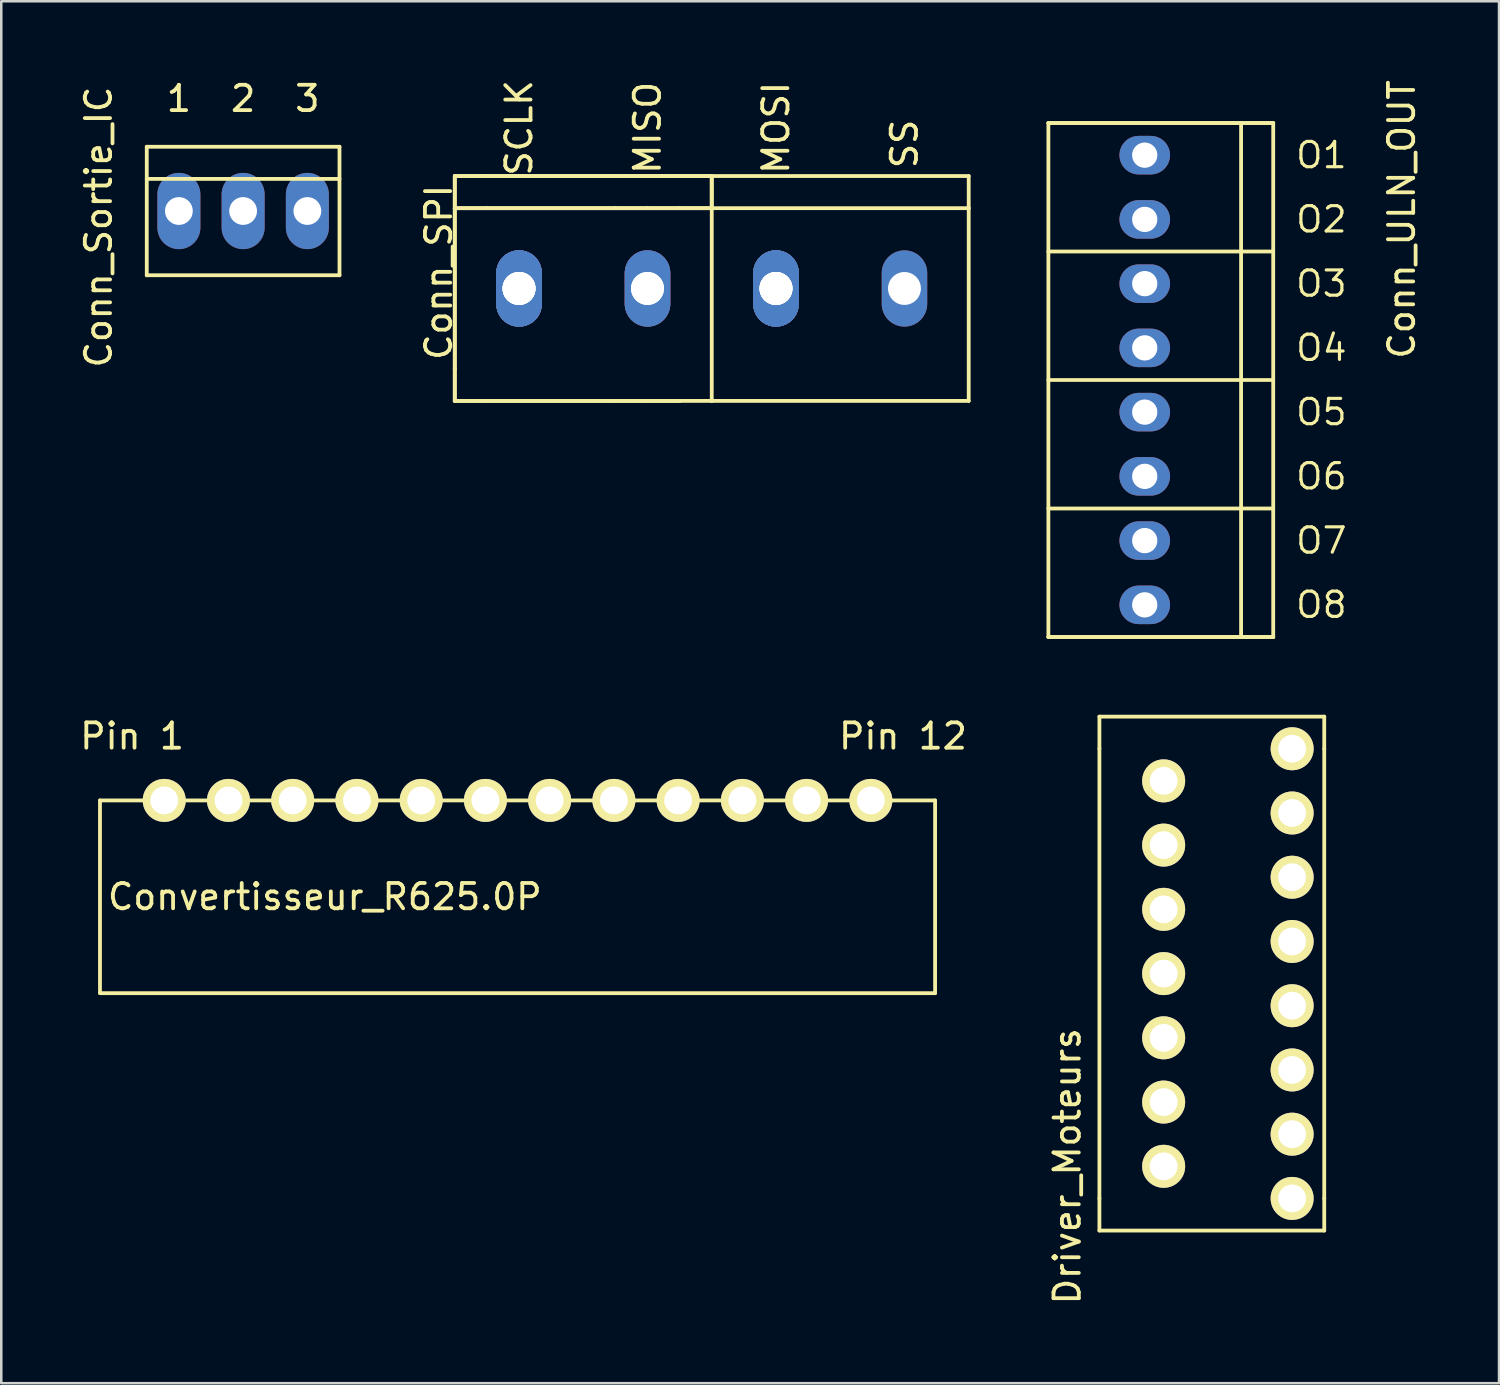
<source format=kicad_pcb>
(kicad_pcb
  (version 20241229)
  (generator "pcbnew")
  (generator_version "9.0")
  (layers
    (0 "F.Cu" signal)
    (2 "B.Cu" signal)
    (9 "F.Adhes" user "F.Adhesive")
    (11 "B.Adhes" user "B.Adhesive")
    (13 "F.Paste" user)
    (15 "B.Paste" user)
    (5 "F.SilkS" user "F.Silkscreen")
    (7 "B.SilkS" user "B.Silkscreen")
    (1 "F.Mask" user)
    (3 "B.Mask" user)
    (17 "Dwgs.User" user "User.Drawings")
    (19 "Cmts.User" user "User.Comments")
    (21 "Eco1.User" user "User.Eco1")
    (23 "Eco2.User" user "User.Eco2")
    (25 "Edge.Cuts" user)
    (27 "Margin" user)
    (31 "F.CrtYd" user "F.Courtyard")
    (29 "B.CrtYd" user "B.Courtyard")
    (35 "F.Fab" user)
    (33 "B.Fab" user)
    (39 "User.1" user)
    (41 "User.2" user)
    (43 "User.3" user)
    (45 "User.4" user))
  (footprint "Conn_SPI"
    (layer "F.Cu")
    (at 20.012 8.356)
    (property "Reference" "Conn_SPI" (at -5.715 -0.635 90) (layer "F.SilkS") (effects (font (size 1 1) (thickness 0.15))))
    (attr exclude_from_pos_files exclude_from_bom)
    (fp_line (start -5.08 -4.445) (end -3.81 -4.445) (stroke (width 0.15) (type solid)) (layer "F.SilkS"))
    (fp_line (start -5.08 -4.445) (end -3.81 -4.445) (stroke (width 0.15) (type solid)) (layer "F.SilkS"))
    (fp_line (start -5.08 -3.175) (end -5.08 -4.445) (stroke (width 0.15) (type solid)) (layer "F.SilkS"))
    (fp_line (start -5.08 -3.175) (end -5.08 -4.445) (stroke (width 0.15) (type solid)) (layer "F.SilkS"))
    (fp_line (start -5.08 -3.175) (end -5.08 3.175) (stroke (width 0.15) (type solid)) (layer "F.SilkS"))
    (fp_line (start -5.08 -3.175) (end -5.08 3.175) (stroke (width 0.15) (type solid)) (layer "F.SilkS"))
    (fp_line (start -5.08 -3.175) (end -3.81 -3.175) (stroke (width 0.15) (type solid)) (layer "F.SilkS"))
    (fp_line (start -5.08 -3.175) (end -3.81 -3.175) (stroke (width 0.15) (type solid)) (layer "F.SilkS"))
    (fp_line (start -5.08 4.445) (end -5.08 3.175) (stroke (width 0.15) (type solid)) (layer "F.SilkS"))
    (fp_line (start -5.08 4.445) (end -5.08 3.175) (stroke (width 0.15) (type solid)) (layer "F.SilkS"))
    (fp_line (start -3.81 -4.445) (end 1.27 -4.445) (stroke (width 0.15) (type solid)) (layer "F.SilkS"))
    (fp_line (start -3.81 -4.445) (end 1.27 -4.445) (stroke (width 0.15) (type solid)) (layer "F.SilkS"))
    (fp_line (start -3.81 4.445) (end -5.08 4.445) (stroke (width 0.15) (type solid)) (layer "F.SilkS"))
    (fp_line (start -3.81 4.445) (end -5.08 4.445) (stroke (width 0.15) (type solid)) (layer "F.SilkS"))
    (fp_line (start 1.27 -4.445) (end 2.54 -4.445) (stroke (width 0.15) (type solid)) (layer "F.SilkS"))
    (fp_line (start 1.27 -4.445) (end 2.54 -4.445) (stroke (width 0.15) (type solid)) (layer "F.SilkS"))
    (fp_line (start 1.27 -3.175) (end -3.81 -3.175) (stroke (width 0.15) (type solid)) (layer "F.SilkS"))
    (fp_line (start 1.27 -3.175) (end -3.81 -3.175) (stroke (width 0.15) (type solid)) (layer "F.SilkS"))
    (fp_line (start 1.27 -3.175) (end 2.54 -3.175) (stroke (width 0.15) (type solid)) (layer "F.SilkS"))
    (fp_line (start 1.27 -3.175) (end 2.54 -3.175) (stroke (width 0.15) (type solid)) (layer "F.SilkS"))
    (fp_line (start 1.27 4.445) (end -3.81 4.445) (stroke (width 0.15) (type solid)) (layer "F.SilkS"))
    (fp_line (start 1.27 4.445) (end -3.81 4.445) (stroke (width 0.15) (type solid)) (layer "F.SilkS"))
    (fp_line (start 1.27 4.445) (end 2.54 4.445) (stroke (width 0.15) (type solid)) (layer "F.SilkS"))
    (fp_line (start 1.27 4.445) (end 2.54 4.445) (stroke (width 0.15) (type solid)) (layer "F.SilkS"))
    (fp_line (start 2.54 -4.445) (end 3.81 -4.445) (stroke (width 0.15) (type solid)) (layer "F.SilkS"))
    (fp_line (start 2.54 -4.445) (end 3.81 -4.445) (stroke (width 0.15) (type solid)) (layer "F.SilkS"))
    (fp_line (start 2.54 -3.175) (end 3.81 -3.175) (stroke (width 0.15) (type solid)) (layer "F.SilkS"))
    (fp_line (start 2.54 -3.175) (end 3.81 -3.175) (stroke (width 0.15) (type solid)) (layer "F.SilkS"))
    (fp_line (start 2.54 4.445) (end 3.81 4.445) (stroke (width 0.15) (type solid)) (layer "F.SilkS"))
    (fp_line (start 2.54 4.445) (end 3.81 4.445) (stroke (width 0.15) (type solid)) (layer "F.SilkS"))
    (fp_line (start 3.81 -4.445) (end 5.08 -4.445) (stroke (width 0.15) (type solid)) (layer "F.SilkS"))
    (fp_line (start 3.81 -4.445) (end 5.08 -4.445) (stroke (width 0.15) (type solid)) (layer "F.SilkS"))
    (fp_line (start 3.81 -3.175) (end 5.08 -3.175) (stroke (width 0.15) (type solid)) (layer "F.SilkS"))
    (fp_line (start 3.81 -3.175) (end 5.08 -3.175) (stroke (width 0.15) (type solid)) (layer "F.SilkS"))
    (fp_line (start 5.08 -4.445) (end 5.08 -3.175) (stroke (width 0.15) (type solid)) (layer "F.SilkS"))
    (fp_line (start 5.08 -4.445) (end 5.08 -3.175) (stroke (width 0.15) (type solid)) (layer "F.SilkS"))
    (fp_line (start 5.08 -4.445) (end 15.24 -4.445) (stroke (width 0.15) (type solid)) (layer "F.SilkS"))
    (fp_line (start 5.08 -3.175) (end 5.08 4.445) (stroke (width 0.15) (type solid)) (layer "F.SilkS"))
    (fp_line (start 5.08 4.445) (end 3.81 4.445) (stroke (width 0.15) (type solid)) (layer "F.SilkS"))
    (fp_line (start 5.08 4.445) (end 15.24 4.445) (stroke (width 0.15) (type solid)) (layer "F.SilkS"))
    (fp_line (start 15.24 -4.445) (end 15.24 -3.175) (stroke (width 0.15) (type solid)) (layer "F.SilkS"))
    (fp_line (start 15.24 -3.175) (end 5.08 -3.175) (stroke (width 0.15) (type solid)) (layer "F.SilkS"))
    (fp_line (start 15.24 4.445) (end 15.24 -3.175) (stroke (width 0.15) (type solid)) (layer "F.SilkS"))
    (fp_text user "SS" (at 12.7 -5.715 90) (layer "F.SilkS") (effects (font (size 1 1) (thickness 0.15))))
    (fp_text user "MOSI" (at 7.62 -6.35 90) (layer "F.SilkS") (effects (font (size 1 1) (thickness 0.15))))
    (fp_text user "MISO" (at 2.54 -6.35 90) (layer "F.SilkS") (effects (font (size 1 1) (thickness 0.15))))
    (fp_text user "SCLK" (at -2.54 -6.35 90) (layer "F.SilkS") (effects (font (size 1 1) (thickness 0.15))))
    (pad "1" thru_hole oval (at -2.54 0) (size 1.8 3.015) (drill 1.3) (layers "*.Cu" "*.Mask"))
    (pad "1" thru_hole oval (at -2.54 0) (size 1.8 3.015) (drill 1.3) (layers "*.Cu" "*.Mask"))
    (pad "1" thru_hole oval (at -2.54 0) (size 1.8 3.015) (drill 1.3) (layers "*.Cu" "*.Mask"))
    (pad "1" thru_hole oval (at -2.54 0) (size 1.8 3.015) (drill 1.3) (layers "*.Cu" "*.Mask"))
    (pad "2" thru_hole oval (at 2.54 0) (size 1.8 3.015) (drill 1.3) (layers "*.Cu" "*.Mask"))
    (pad "2" thru_hole oval (at 2.54 0) (size 1.8 3.015) (drill 1.3) (layers "*.Cu" "*.Mask"))
    (pad "3" thru_hole oval (at 7.62 0) (size 1.8 3.015) (drill 1.3) (layers "*.Cu" "*.Mask"))
    (pad "3" thru_hole oval (at 7.62 0) (size 1.8 3.015) (drill 1.3) (layers "*.Cu" "*.Mask"))
    (pad "3" thru_hole oval (at 7.62 0) (size 1.8 3.015) (drill 1.3) (layers "*.Cu" "*.Mask"))
    (pad "3" thru_hole oval (at 7.62 0) (size 1.8 3.015) (drill 1.3) (layers "*.Cu" "*.Mask"))
    (pad "4" thru_hole oval (at 12.7 0) (size 1.8 3.015) (drill 1.3) (layers "*.Cu" "*.Mask")))
  (footprint "Convertisseur_R625.0P"
    (layer "F.Cu")
    (at 28.843 33.678)
    (property "Reference" "Convertisseur_R625.0P" (at -19.05 -1.27 0) (layer "F.SilkS") (effects (font (size 1 1) (thickness 0.15))))
    (attr through_hole)
    (fp_line (start -27.94 -5.08) (end -27.94 2.54) (stroke (width 0.15) (type solid)) (layer "F.SilkS"))
    (fp_line (start -25.4 -5.08) (end -27.94 -5.08) (stroke (width 0.15) (type solid)) (layer "F.SilkS"))
    (fp_line (start -25.4 -5.08) (end 2.54 -5.08) (stroke (width 0.15) (type solid)) (layer "F.SilkS"))
    (fp_line (start 5.08 -5.08) (end 2.54 -5.08) (stroke (width 0.15) (type solid)) (layer "F.SilkS"))
    (fp_line (start 5.08 2.54) (end -27.94 2.54) (stroke (width 0.15) (type solid)) (layer "F.SilkS"))
    (fp_line (start 5.08 2.54) (end 5.08 -5.08) (stroke (width 0.15) (type solid)) (layer "F.SilkS"))
    (fp_text user "Pin 1" (at -26.67 -7.62 0) (layer "F.SilkS") (effects (font (size 1 1) (thickness 0.15))))
    (fp_text user "Pin 12" (at 3.81 -7.62 0) (layer "F.SilkS") (effects (font (size 1 1) (thickness 0.15))))
    (pad "1" thru_hole circle (at -25.4 -5.08) (size 1.7 1.7) (drill 1.1) (layers "*.Cu" "*.Mask" "F.SilkS"))
    (pad "2" thru_hole circle (at -22.86 -5.08) (size 1.7 1.7) (drill 1.1) (layers "*.Cu" "*.Mask" "F.SilkS"))
    (pad "3" thru_hole circle (at -20.32 -5.08) (size 1.7 1.7) (drill 1.1) (layers "*.Cu" "*.Mask" "F.SilkS"))
    (pad "4" thru_hole circle (at -17.78 -5.08) (size 1.7 1.7) (drill 1.1) (layers "*.Cu" "*.Mask" "F.SilkS"))
    (pad "5" thru_hole circle (at -15.24 -5.08) (size 1.7 1.7) (drill 1.1) (layers "*.Cu" "*.Mask" "F.SilkS"))
    (pad "6" thru_hole circle (at -12.7 -5.08) (size 1.7 1.7) (drill 1.1) (layers "*.Cu" "*.Mask" "F.SilkS"))
    (pad "7" thru_hole circle (at -10.16 -5.08) (size 1.7 1.7) (drill 1.1) (layers "*.Cu" "*.Mask" "F.SilkS"))
    (pad "8" thru_hole circle (at -7.62 -5.08) (size 1.7 1.7) (drill 1.1) (layers "*.Cu" "*.Mask" "F.SilkS"))
    (pad "9" thru_hole circle (at -5.08 -5.08) (size 1.7 1.7) (drill 1.1) (layers "*.Cu" "*.Mask" "F.SilkS"))
    (pad "10" thru_hole circle (at -2.54 -5.08) (size 1.7 1.7) (drill 1.1) (layers "*.Cu" "*.Mask" "F.SilkS"))
    (pad "11" thru_hole circle (at 0 -5.08) (size 1.7 1.7) (drill 1.1) (layers "*.Cu" "*.Mask" "F.SilkS"))
    (pad "12" thru_hole circle (at 2.54 -5.08) (size 1.7 1.7) (drill 1.1) (layers "*.Cu" "*.Mask" "F.SilkS")))
  (footprint "Conn_Sortie_IC"
    (layer "F.Cu")
    (at 6.563 5.293)
    (property "Reference" "Conn_Sortie_IC" (at -5.715 0.635 90) (layer "F.SilkS") (effects (font (size 1 1) (thickness 0.15))))
    (attr exclude_from_pos_files exclude_from_bom)
    (fp_line (start -3.81 -2.54) (end 3.81 -2.54) (stroke (width 0.15) (type solid)) (layer "F.SilkS"))
    (fp_line (start -3.81 2.54) (end -3.81 -2.54) (stroke (width 0.15) (type solid)) (layer "F.SilkS"))
    (fp_line (start 3.81 -2.54) (end 3.81 2.54) (stroke (width 0.15) (type solid)) (layer "F.SilkS"))
    (fp_line (start 3.81 -1.27) (end -3.81 -1.27) (stroke (width 0.15) (type solid)) (layer "F.SilkS"))
    (fp_line (start 3.81 2.54) (end -3.81 2.54) (stroke (width 0.15) (type solid)) (layer "F.SilkS"))
    (fp_text user "2" (at 0 -4.445 0) (layer "F.SilkS") (effects (font (size 1 1) (thickness 0.15))))
    (fp_text user "1" (at -2.54 -4.445 180) (layer "F.SilkS") (effects (font (size 1 1) (thickness 0.15))))
    (fp_text user "3" (at 2.54 -4.445 0) (layer "F.SilkS") (effects (font (size 1 1) (thickness 0.15))))
    (pad "1" thru_hole oval (at -2.54 0) (size 1.7 3.015) (drill 1.1) (layers "*.Cu" "*.Mask"))
    (pad "2" thru_hole oval (at 0 0) (size 1.7 3.015) (drill 1.1) (layers "*.Cu" "*.Mask"))
    (pad "3" thru_hole oval (at 2.54 0) (size 1.7 3.015) (drill 1.1) (layers "*.Cu" "*.Mask")))
  (footprint "Driver_Moteurs"
    (layer "F.Cu")
    (at 50.58 46.875)
    (property "Reference" "Driver_Moteurs" (at -11.43 -3.81 90) (layer "F.SilkS") (effects (font (size 1 1) (thickness 0.15))))
    (attr through_hole)
    (fp_line (start -10.16 -21.59) (end -1.27 -21.59) (stroke (width 0.15) (type solid)) (layer "F.SilkS"))
    (fp_line (start -10.16 -20.32) (end -10.16 -21.59) (stroke (width 0.15) (type solid)) (layer "F.SilkS"))
    (fp_line (start -10.16 -2.54) (end -10.16 -20.32) (stroke (width 0.15) (type solid)) (layer "F.SilkS"))
    (fp_line (start -10.16 -1.27) (end -10.16 -2.54) (stroke (width 0.15) (type solid)) (layer "F.SilkS"))
    (fp_line (start -1.27 -21.59) (end -1.27 -20.32) (stroke (width 0.15) (type solid)) (layer "F.SilkS"))
    (fp_line (start -1.27 -20.32) (end -1.27 -2.54) (stroke (width 0.15) (type solid)) (layer "F.SilkS"))
    (fp_line (start -1.27 -2.54) (end -1.27 -1.27) (stroke (width 0.15) (type solid)) (layer "F.SilkS"))
    (fp_line (start -1.27 -1.27) (end -10.16 -1.27) (stroke (width 0.15) (type solid)) (layer "F.SilkS"))
    (pad "1" thru_hole circle (at -2.54 -2.54) (size 1.7 1.7) (drill 1.1) (layers "*.Cu" "*.Mask" "F.SilkS"))
    (pad "2" thru_hole circle (at -7.62 -3.81) (size 1.7 1.7) (drill 1.1) (layers "*.Cu" "*.Mask" "F.SilkS"))
    (pad "3" thru_hole circle (at -2.54 -5.08) (size 1.7 1.7) (drill 1.1) (layers "*.Cu" "*.Mask" "F.SilkS"))
    (pad "4" thru_hole circle (at -7.62 -6.35) (size 1.7 1.7) (drill 1.1) (layers "*.Cu" "*.Mask" "F.SilkS"))
    (pad "5" thru_hole circle (at -2.54 -7.62) (size 1.7 1.7) (drill 1.1) (layers "*.Cu" "*.Mask" "F.SilkS"))
    (pad "6" thru_hole circle (at -7.62 -8.89) (size 1.7 1.7) (drill 1.1) (layers "*.Cu" "*.Mask" "F.SilkS"))
    (pad "7" thru_hole circle (at -2.54 -10.16) (size 1.7 1.7) (drill 1.1) (layers "*.Cu" "*.Mask" "F.SilkS"))
    (pad "8" thru_hole circle (at -7.62 -11.43) (size 1.7 1.7) (drill 1.1) (layers "*.Cu" "*.Mask" "F.SilkS"))
    (pad "9" thru_hole circle (at -2.54 -12.7) (size 1.7 1.7) (drill 1.1) (layers "*.Cu" "*.Mask" "F.SilkS"))
    (pad "10" thru_hole circle (at -7.62 -13.97) (size 1.7 1.7) (drill 1.1) (layers "*.Cu" "*.Mask" "F.SilkS"))
    (pad "11" thru_hole circle (at -2.54 -15.24) (size 1.7 1.7) (drill 1.1) (layers "*.Cu" "*.Mask" "F.SilkS"))
    (pad "12" thru_hole circle (at -7.62 -16.51) (size 1.7 1.7) (drill 1.1) (layers "*.Cu" "*.Mask" "F.SilkS"))
    (pad "13" thru_hole circle (at -2.54 -17.78) (size 1.7 1.7) (drill 1.1) (layers "*.Cu" "*.Mask" "F.SilkS"))
    (pad "14" thru_hole circle (at -7.62 -19.05) (size 1.7 1.7) (drill 1.1) (layers "*.Cu" "*.Mask" "F.SilkS"))
    (pad "15" thru_hole circle (at -2.54 -20.32) (size 1.7 1.7) (drill 1.1) (layers "*.Cu" "*.Mask" "F.SilkS")))
  (footprint "Conn_ULN_OUT"
    (layer "F.Cu")
    (at 44.117 11.975)
    (property "Reference" "Conn_ULN_OUT" (at 8.255 -6.35 270) (layer "F.SilkS") (effects (font (size 1 1) (thickness 0.15))))
    (attr exclude_from_pos_files exclude_from_bom)
    (fp_line (start -5.715 -10.16) (end 3.175 -10.16) (stroke (width 0.15) (type solid)) (layer "F.SilkS"))
    (fp_line (start -5.715 -10.16) (end 3.175 -10.16) (stroke (width 0.15) (type solid)) (layer "F.SilkS"))
    (fp_line (start -5.715 -5.08) (end 3.175 -5.08) (stroke (width 0.15) (type solid)) (layer "F.SilkS"))
    (fp_line (start -5.715 5.08) (end 3.175 5.08) (stroke (width 0.15) (type solid)) (layer "F.SilkS"))
    (fp_line (start -5.715 10.16) (end -5.715 -10.16) (stroke (width 0.15) (type solid)) (layer "F.SilkS"))
    (fp_line (start -5.715 10.16) (end 3.175 10.16) (stroke (width 0.15) (type solid)) (layer "F.SilkS"))
    (fp_line (start -4.445 10.16) (end -5.715 10.16) (stroke (width 0.15) (type solid)) (layer "F.SilkS"))
    (fp_line (start 1.905 10.16) (end 1.905 -10.16) (stroke (width 0.15) (type solid)) (layer "F.SilkS"))
    (fp_line (start 3.175 -10.16) (end 3.175 10.16) (stroke (width 0.15) (type solid)) (layer "F.SilkS"))
    (fp_line (start 3.175 0) (end -5.715 0) (stroke (width 0.15) (type solid)) (layer "F.SilkS"))
    (fp_line (start 3.175 10.16) (end -4.445 10.16) (stroke (width 0.15) (type solid)) (layer "F.SilkS"))
    (fp_line (start 3.175 10.16) (end 1.905 10.16) (stroke (width 0.15) (type solid)) (layer "F.SilkS"))
    (fp_text user "O6" (at 5.08 3.81 0) (layer "F.SilkS") (effects (font (size 1 1) (thickness 0.125))))
    (fp_text user "O8" (at 5.08 8.89 0) (layer "F.SilkS") (effects (font (size 1 1) (thickness 0.125))))
    (fp_text user "O7" (at 5.08 6.35 0) (layer "F.SilkS") (effects (font (size 1 1) (thickness 0.125))))
    (fp_text user "O1" (at 5.08 -8.89 0) (layer "F.SilkS") (effects (font (size 1 1) (thickness 0.125))))
    (fp_text user "O3" (at 5.08 -3.81 0) (layer "F.SilkS") (effects (font (size 1 1) (thickness 0.125))))
    (fp_text user "O2" (at 5.08 -6.35 0) (layer "F.SilkS") (effects (font (size 1 1) (thickness 0.125))))
    (fp_text user "O5" (at 5.08 1.27 0) (layer "F.SilkS") (effects (font (size 1 1) (thickness 0.125))))
    (fp_text user "O4" (at 5.08 -1.27 0) (layer "F.SilkS") (effects (font (size 1 1) (thickness 0.125))))
    (pad "1" thru_hole oval (at -1.905 -8.89 180) (size 2 1.524) (drill 1) (layers "*.Cu" "*.Mask"))
    (pad "2" thru_hole oval (at -1.905 -6.35 180) (size 2 1.524) (drill 1) (layers "*.Cu" "*.Mask"))
    (pad "3" thru_hole oval (at -1.905 -3.81 180) (size 2 1.524) (drill 1) (layers "*.Cu" "*.Mask"))
    (pad "4" thru_hole oval (at -1.905 -1.27 180) (size 2 1.524) (drill 1) (layers "*.Cu" "*.Mask"))
    (pad "5" thru_hole oval (at -1.905 1.27 180) (size 2 1.524) (drill 1) (layers "*.Cu" "*.Mask"))
    (pad "6" thru_hole oval (at -1.905 3.81 180) (size 2 1.524) (drill 1) (layers "*.Cu" "*.Mask"))
    (pad "7" thru_hole oval (at -1.905 6.35 180) (size 2 1.524) (drill 1) (layers "*.Cu" "*.Mask"))
    (pad "8" thru_hole oval (at -1.905 8.89 180) (size 2 1.524) (drill 1) (layers "*.Cu" "*.Mask")))
  (gr_rect
    (start -3 -3)
    (end 56.22 51.642)
    (stroke (width 0.1) (type default))
    (fill no)
    (layer "Edge.Cuts")))
</source>
